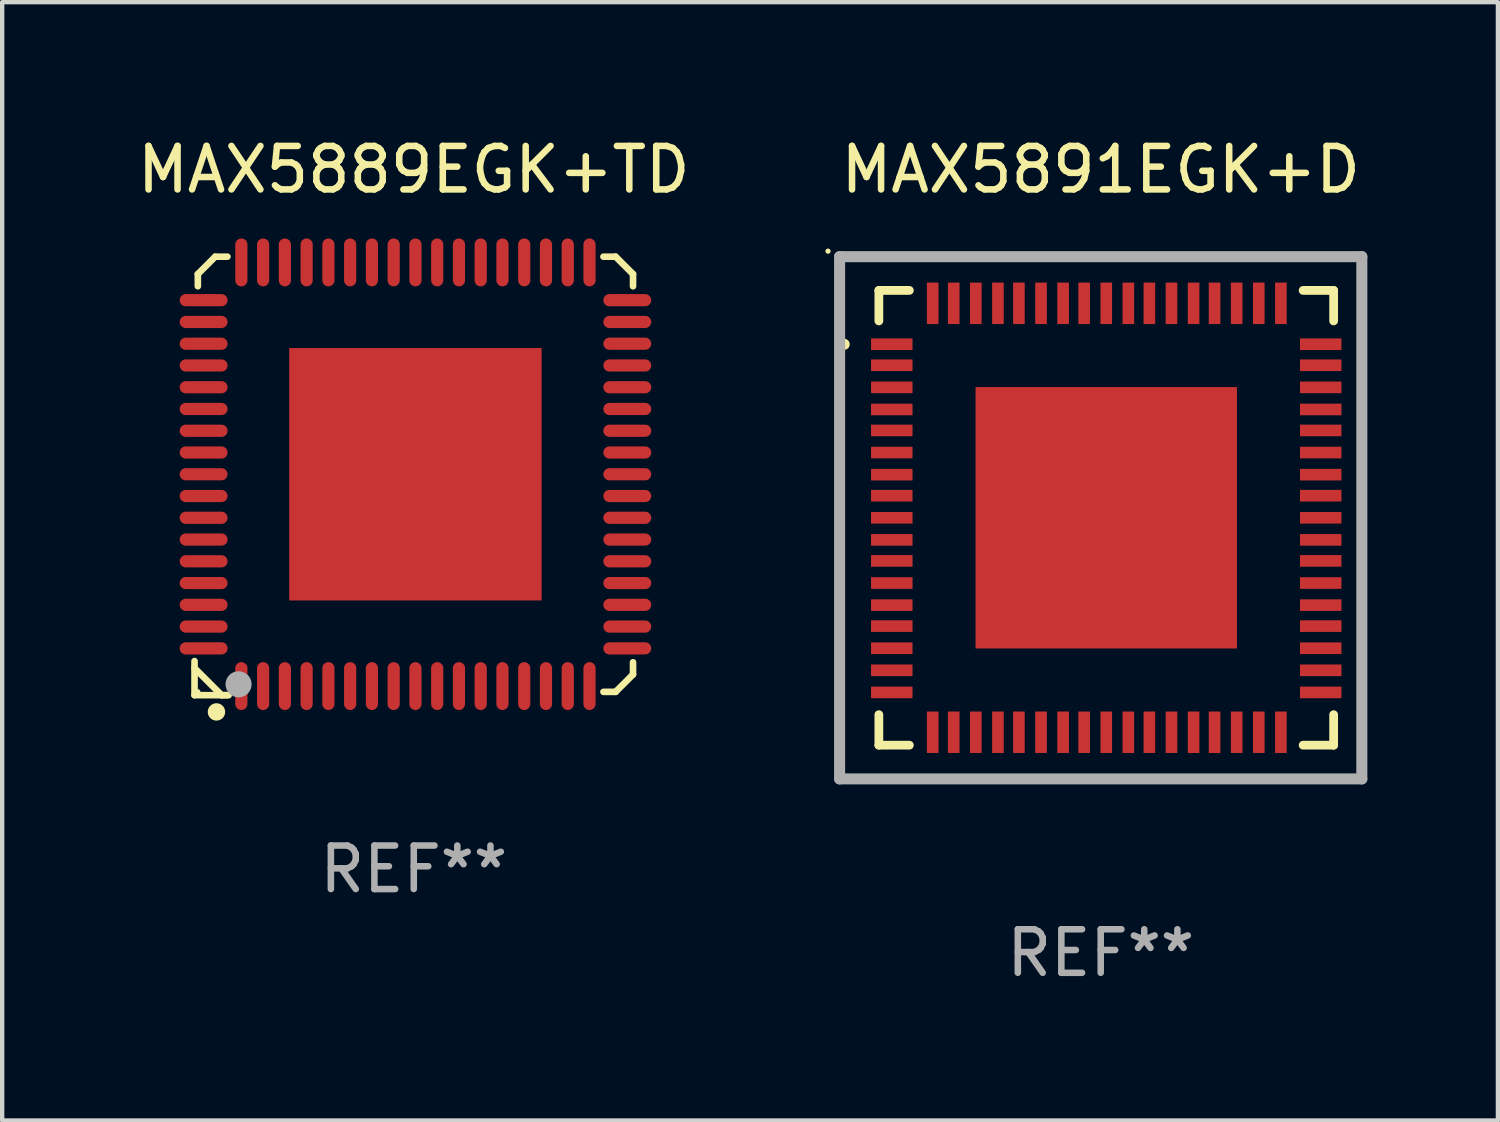
<source format=kicad_pcb>
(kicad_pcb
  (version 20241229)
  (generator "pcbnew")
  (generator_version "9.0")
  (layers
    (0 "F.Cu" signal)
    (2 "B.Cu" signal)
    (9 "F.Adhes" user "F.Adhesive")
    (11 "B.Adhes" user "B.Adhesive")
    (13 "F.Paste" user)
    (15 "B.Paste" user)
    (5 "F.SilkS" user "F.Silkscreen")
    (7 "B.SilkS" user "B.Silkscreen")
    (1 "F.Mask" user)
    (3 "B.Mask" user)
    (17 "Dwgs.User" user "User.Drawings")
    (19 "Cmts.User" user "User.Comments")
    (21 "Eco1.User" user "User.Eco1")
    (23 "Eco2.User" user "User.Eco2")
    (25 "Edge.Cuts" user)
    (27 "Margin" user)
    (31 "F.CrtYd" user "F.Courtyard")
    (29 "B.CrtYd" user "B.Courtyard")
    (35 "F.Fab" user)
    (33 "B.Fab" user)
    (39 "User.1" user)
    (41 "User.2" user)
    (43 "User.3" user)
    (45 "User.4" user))
  (footprint "MAX5891EGK+D"
    (layer "F.Cu")
    (at 22.243 8.848)
    (property "Reference" "MAX5891EGK+D" (at 0 -8 0) (layer "F.SilkS") (effects (font (size 1 1) (thickness 0.15))))
    (attr through_hole)
    (fp_line (start -5.098 -5.225) (end -4.397 -5.225) (stroke (width 0.201) (type solid)) (layer "F.SilkS"))
    (fp_line (start -5.098 -4.524) (end -5.098 -5.225) (stroke (width 0.201) (type solid)) (layer "F.SilkS"))
    (fp_line (start -5.098 5.225) (end -5.098 4.524) (stroke (width 0.201) (type solid)) (layer "F.SilkS"))
    (fp_line (start -4.397 5.225) (end -5.098 5.225) (stroke (width 0.201) (type solid)) (layer "F.SilkS"))
    (fp_line (start 4.651 -5.225) (end 5.352 -5.225) (stroke (width 0.201) (type solid)) (layer "F.SilkS"))
    (fp_line (start 4.651 5.225) (end 5.352 5.225) (stroke (width 0.201) (type solid)) (layer "F.SilkS"))
    (fp_line (start 5.352 -5.225) (end 5.352 -4.524) (stroke (width 0.201) (type solid)) (layer "F.SilkS"))
    (fp_line (start 5.352 5.225) (end 5.352 4.524) (stroke (width 0.201) (type solid)) (layer "F.SilkS"))
    (fp_arc (start -5.892812 -3.985268) (mid -5.892818 -3.986538) (end -5.892812 -3.987808) (stroke (width 0.24892) (type solid)) (layer "F.SilkS"))
    (fp_circle (center -6.266 -6.127) (end -6.236 -6.127) (stroke (width 0.06) (type solid)) (fill no) (layer "F.SilkS"))
    (fp_line (start -6 -6) (end 6 -6) (stroke (width 0.254) (type solid)) (layer "F.Fab"))
    (fp_line (start -6 6) (end -6 -6) (stroke (width 0.254) (type solid)) (layer "F.Fab"))
    (fp_line (start 6 -6) (end 6 6) (stroke (width 0.254) (type solid)) (layer "F.Fab"))
    (fp_line (start 6 6) (end -6 6) (stroke (width 0.254) (type solid)) (layer "F.Fab"))
    (fp_text user "REF**" (at 0 10 0) (layer "F.Fab") (effects (font (size 1 1) (thickness 0.15))))
    (pad "1" smd rect (at -4.801 -3.988 90) (size 0.267 0.953) (layers "F.Cu" "F.Mask" "F.Paste"))
    (pad "2" smd rect (at -4.801 -3.505 90) (size 0.267 0.953) (layers "F.Cu" "F.Mask" "F.Paste"))
    (pad "3" smd rect (at -4.801 -2.997 90) (size 0.267 0.953) (layers "F.Cu" "F.Mask" "F.Paste"))
    (pad "4" smd rect (at -4.801 -2.489 90) (size 0.267 0.953) (layers "F.Cu" "F.Mask" "F.Paste"))
    (pad "5" smd rect (at -4.801 -2.007 90) (size 0.267 0.953) (layers "F.Cu" "F.Mask" "F.Paste"))
    (pad "6" smd rect (at -4.801 -1.499 90) (size 0.267 0.953) (layers "F.Cu" "F.Mask" "F.Paste"))
    (pad "7" smd rect (at -4.801 -0.991 90) (size 0.267 0.953) (layers "F.Cu" "F.Mask" "F.Paste"))
    (pad "8" smd rect (at -4.801 -0.508 90) (size 0.267 0.953) (layers "F.Cu" "F.Mask" "F.Paste"))
    (pad "9" smd rect (at -4.801 0 90) (size 0.267 0.953) (layers "F.Cu" "F.Mask" "F.Paste"))
    (pad "10" smd rect (at -4.801 0.508 90) (size 0.267 0.953) (layers "F.Cu" "F.Mask" "F.Paste"))
    (pad "11" smd rect (at -4.801 0.991 90) (size 0.267 0.953) (layers "F.Cu" "F.Mask" "F.Paste"))
    (pad "12" smd rect (at -4.801 1.499 90) (size 0.267 0.953) (layers "F.Cu" "F.Mask" "F.Paste"))
    (pad "13" smd rect (at -4.801 2.007 90) (size 0.267 0.953) (layers "F.Cu" "F.Mask" "F.Paste"))
    (pad "14" smd rect (at -4.801 2.489 90) (size 0.267 0.953) (layers "F.Cu" "F.Mask" "F.Paste"))
    (pad "15" smd rect (at -4.801 2.997 90) (size 0.267 0.953) (layers "F.Cu" "F.Mask" "F.Paste"))
    (pad "16" smd rect (at -4.801 3.505 90) (size 0.267 0.953) (layers "F.Cu" "F.Mask" "F.Paste"))
    (pad "17" smd rect (at -4.801 4.013 90) (size 0.267 0.953) (layers "F.Cu" "F.Mask" "F.Paste"))
    (pad "18" smd rect (at -3.861 4.928) (size 0.267 0.953) (layers "F.Cu" "F.Mask" "F.Paste"))
    (pad "19" smd rect (at -3.378 4.928) (size 0.267 0.953) (layers "F.Cu" "F.Mask" "F.Paste"))
    (pad "20" smd rect (at -2.87 4.928) (size 0.267 0.953) (layers "F.Cu" "F.Mask" "F.Paste"))
    (pad "21" smd rect (at -2.362 4.928) (size 0.267 0.953) (layers "F.Cu" "F.Mask" "F.Paste"))
    (pad "22" smd rect (at -1.88 4.928) (size 0.267 0.953) (layers "F.Cu" "F.Mask" "F.Paste"))
    (pad "23" smd rect (at -1.372 4.928) (size 0.267 0.953) (layers "F.Cu" "F.Mask" "F.Paste"))
    (pad "24" smd rect (at -0.864 4.928) (size 0.267 0.953) (layers "F.Cu" "F.Mask" "F.Paste"))
    (pad "25" smd rect (at -0.381 4.928) (size 0.267 0.953) (layers "F.Cu" "F.Mask" "F.Paste"))
    (pad "26" smd rect (at 0.127 4.928) (size 0.267 0.953) (layers "F.Cu" "F.Mask" "F.Paste"))
    (pad "27" smd rect (at 0.635 4.928) (size 0.267 0.953) (layers "F.Cu" "F.Mask" "F.Paste"))
    (pad "28" smd rect (at 1.118 4.928) (size 0.267 0.953) (layers "F.Cu" "F.Mask" "F.Paste"))
    (pad "29" smd rect (at 1.626 4.928) (size 0.267 0.953) (layers "F.Cu" "F.Mask" "F.Paste"))
    (pad "30" smd rect (at 2.134 4.928) (size 0.267 0.953) (layers "F.Cu" "F.Mask" "F.Paste"))
    (pad "31" smd rect (at 2.616 4.928) (size 0.267 0.953) (layers "F.Cu" "F.Mask" "F.Paste"))
    (pad "32" smd rect (at 3.124 4.928) (size 0.267 0.953) (layers "F.Cu" "F.Mask" "F.Paste"))
    (pad "33" smd rect (at 3.632 4.928) (size 0.267 0.953) (layers "F.Cu" "F.Mask" "F.Paste"))
    (pad "34" smd rect (at 4.14 4.928) (size 0.267 0.953) (layers "F.Cu" "F.Mask" "F.Paste"))
    (pad "35" smd rect (at 5.055 4.013 90) (size 0.267 0.953) (layers "F.Cu" "F.Mask" "F.Paste"))
    (pad "36" smd rect (at 5.055 3.505 90) (size 0.267 0.953) (layers "F.Cu" "F.Mask" "F.Paste"))
    (pad "37" smd rect (at 5.055 2.997 90) (size 0.267 0.953) (layers "F.Cu" "F.Mask" "F.Paste"))
    (pad "38" smd rect (at 5.055 2.489 90) (size 0.267 0.953) (layers "F.Cu" "F.Mask" "F.Paste"))
    (pad "39" smd rect (at 5.055 2.007 90) (size 0.267 0.953) (layers "F.Cu" "F.Mask" "F.Paste"))
    (pad "40" smd rect (at 5.055 1.499 90) (size 0.267 0.953) (layers "F.Cu" "F.Mask" "F.Paste"))
    (pad "41" smd rect (at 5.055 0.991 90) (size 0.267 0.953) (layers "F.Cu" "F.Mask" "F.Paste"))
    (pad "42" smd rect (at 5.055 0.508 90) (size 0.267 0.953) (layers "F.Cu" "F.Mask" "F.Paste"))
    (pad "43" smd rect (at 5.055 0 90) (size 0.267 0.953) (layers "F.Cu" "F.Mask" "F.Paste"))
    (pad "44" smd rect (at 5.055 -0.508 90) (size 0.267 0.953) (layers "F.Cu" "F.Mask" "F.Paste"))
    (pad "45" smd rect (at 5.055 -0.991 90) (size 0.267 0.953) (layers "F.Cu" "F.Mask" "F.Paste"))
    (pad "46" smd rect (at 5.055 -1.499 90) (size 0.267 0.953) (layers "F.Cu" "F.Mask" "F.Paste"))
    (pad "47" smd rect (at 5.055 -2.007 90) (size 0.267 0.953) (layers "F.Cu" "F.Mask" "F.Paste"))
    (pad "48" smd rect (at 5.055 -2.489 90) (size 0.267 0.953) (layers "F.Cu" "F.Mask" "F.Paste"))
    (pad "49" smd rect (at 5.055 -2.997 90) (size 0.267 0.953) (layers "F.Cu" "F.Mask" "F.Paste"))
    (pad "50" smd rect (at 5.055 -3.505 90) (size 0.267 0.953) (layers "F.Cu" "F.Mask" "F.Paste"))
    (pad "51" smd rect (at 5.055 -3.988 90) (size 0.267 0.953) (layers "F.Cu" "F.Mask" "F.Paste"))
    (pad "52" smd rect (at 4.14 -4.928) (size 0.267 0.953) (layers "F.Cu" "F.Mask" "F.Paste"))
    (pad "53" smd rect (at 3.632 -4.928) (size 0.267 0.953) (layers "F.Cu" "F.Mask" "F.Paste"))
    (pad "54" smd rect (at 3.124 -4.928) (size 0.267 0.953) (layers "F.Cu" "F.Mask" "F.Paste"))
    (pad "55" smd rect (at 2.616 -4.928) (size 0.267 0.953) (layers "F.Cu" "F.Mask" "F.Paste"))
    (pad "56" smd rect (at 2.134 -4.928) (size 0.267 0.953) (layers "F.Cu" "F.Mask" "F.Paste"))
    (pad "57" smd rect (at 1.626 -4.928) (size 0.267 0.953) (layers "F.Cu" "F.Mask" "F.Paste"))
    (pad "58" smd rect (at 1.118 -4.928) (size 0.267 0.953) (layers "F.Cu" "F.Mask" "F.Paste"))
    (pad "59" smd rect (at 0.635 -4.928) (size 0.267 0.953) (layers "F.Cu" "F.Mask" "F.Paste"))
    (pad "60" smd rect (at 0.127 -4.928) (size 0.267 0.953) (layers "F.Cu" "F.Mask" "F.Paste"))
    (pad "61" smd rect (at -0.381 -4.928) (size 0.267 0.953) (layers "F.Cu" "F.Mask" "F.Paste"))
    (pad "62" smd rect (at -0.864 -4.928) (size 0.267 0.953) (layers "F.Cu" "F.Mask" "F.Paste"))
    (pad "63" smd rect (at -1.372 -4.928) (size 0.267 0.953) (layers "F.Cu" "F.Mask" "F.Paste"))
    (pad "64" smd rect (at -1.88 -4.928) (size 0.267 0.953) (layers "F.Cu" "F.Mask" "F.Paste"))
    (pad "65" smd rect (at -2.362 -4.928) (size 0.267 0.953) (layers "F.Cu" "F.Mask" "F.Paste"))
    (pad "66" smd rect (at -2.87 -4.928) (size 0.267 0.953) (layers "F.Cu" "F.Mask" "F.Paste"))
    (pad "67" smd rect (at -3.378 -4.928) (size 0.267 0.953) (layers "F.Cu" "F.Mask" "F.Paste"))
    (pad "68" smd rect (at -3.861 -4.928) (size 0.267 0.953) (layers "F.Cu" "F.Mask" "F.Paste"))
    (pad "69" smd rect (at 0.127 0) (size 6.007 6.007) (layers "F.Cu" "F.Mask" "F.Paste")))
  (footprint "MAX5889EGK+TD"
    (layer "F.Cu")
    (at 6.458 7.886)
    (property "Reference" "MAX5889EGK+TD" (at 0 -7.038 0) (layer "F.SilkS") (effects (font (size 1 1) (thickness 0.15))))
    (attr through_hole)
    (fp_line (start -5.038 5.038) (end -5.038 4.254) (stroke (width 0.152) (type solid)) (layer "F.SilkS"))
    (fp_line (start -4.962 -4.638) (end -4.562 -5.038) (stroke (width 0.152) (type solid)) (layer "F.SilkS"))
    (fp_line (start -4.962 -4.358) (end -4.962 -4.638) (stroke (width 0.152) (type solid)) (layer "F.SilkS"))
    (fp_line (start -4.562 -5.038) (end -4.282 -5.038) (stroke (width 0.152) (type solid)) (layer "F.SilkS"))
    (fp_line (start -4.416 5.038) (end -5.038 4.416) (stroke (width 0.152) (type solid)) (layer "F.SilkS"))
    (fp_line (start -4.282 5.038) (end -4.416 5.038) (stroke (width 0.152) (type solid)) (layer "F.SilkS"))
    (fp_line (start -4.254 5.038) (end -5.038 5.038) (stroke (width 0.152) (type solid)) (layer "F.SilkS"))
    (fp_line (start 4.358 -5.038) (end 4.638 -5.038) (stroke (width 0.152) (type solid)) (layer "F.SilkS"))
    (fp_line (start 4.638 -5.038) (end 5.038 -4.638) (stroke (width 0.152) (type solid)) (layer "F.SilkS"))
    (fp_line (start 4.638 4.962) (end 4.358 4.962) (stroke (width 0.152) (type solid)) (layer "F.SilkS"))
    (fp_line (start 5.038 -4.638) (end 5.038 -4.358) (stroke (width 0.152) (type solid)) (layer "F.SilkS"))
    (fp_line (start 5.038 4.282) (end 5.038 4.562) (stroke (width 0.152) (type solid)) (layer "F.SilkS"))
    (fp_line (start 5.038 4.562) (end 4.638 4.962) (stroke (width 0.152) (type solid)) (layer "F.SilkS"))
    (fp_circle (center -4.962 4.962) (end -4.932 4.962) (stroke (width 0.06) (type solid)) (fill no) (layer "F.SilkS"))
    (fp_circle (center -4.534 5.423) (end -4.434 5.423) (stroke (width 0.2) (type solid)) (fill no) (layer "F.SilkS"))
    (fp_circle (center -4.026 4.788) (end -3.876 4.788) (stroke (width 0.3) (type solid)) (fill no) (layer "F.Fab"))
    (fp_text user "REF**" (at 0 9.038 0) (layer "F.Fab") (effects (font (size 1 1) (thickness 0.15))))
    (pad "1" smd oval (at -3.962 4.829) (size 0.28 1.1) (layers "F.Cu" "F.Mask" "F.Paste"))
    (pad "2" smd oval (at -3.462 4.829) (size 0.28 1.1) (layers "F.Cu" "F.Mask" "F.Paste"))
    (pad "3" smd oval (at -2.962 4.829) (size 0.28 1.1) (layers "F.Cu" "F.Mask" "F.Paste"))
    (pad "4" smd oval (at -2.462 4.829) (size 0.28 1.1) (layers "F.Cu" "F.Mask" "F.Paste"))
    (pad "5" smd oval (at -1.962 4.829) (size 0.28 1.1) (layers "F.Cu" "F.Mask" "F.Paste"))
    (pad "6" smd oval (at -1.462 4.829) (size 0.28 1.1) (layers "F.Cu" "F.Mask" "F.Paste"))
    (pad "7" smd oval (at -0.962 4.829) (size 0.28 1.1) (layers "F.Cu" "F.Mask" "F.Paste"))
    (pad "8" smd oval (at -0.462 4.829) (size 0.28 1.1) (layers "F.Cu" "F.Mask" "F.Paste"))
    (pad "9" smd oval (at 0.038 4.829) (size 0.28 1.1) (layers "F.Cu" "F.Mask" "F.Paste"))
    (pad "10" smd oval (at 0.538 4.829) (size 0.28 1.1) (layers "F.Cu" "F.Mask" "F.Paste"))
    (pad "11" smd oval (at 1.038 4.829) (size 0.28 1.1) (layers "F.Cu" "F.Mask" "F.Paste"))
    (pad "12" smd oval (at 1.538 4.829) (size 0.28 1.1) (layers "F.Cu" "F.Mask" "F.Paste"))
    (pad "13" smd oval (at 2.038 4.829) (size 0.28 1.1) (layers "F.Cu" "F.Mask" "F.Paste"))
    (pad "14" smd oval (at 2.538 4.829) (size 0.28 1.1) (layers "F.Cu" "F.Mask" "F.Paste"))
    (pad "15" smd oval (at 3.038 4.829) (size 0.28 1.1) (layers "F.Cu" "F.Mask" "F.Paste"))
    (pad "16" smd oval (at 3.538 4.829) (size 0.28 1.1) (layers "F.Cu" "F.Mask" "F.Paste"))
    (pad "17" smd oval (at 4.038 4.829) (size 0.28 1.1) (layers "F.Cu" "F.Mask" "F.Paste"))
    (pad "18" smd oval (at 4.906 3.962) (size 1.1 0.28) (layers "F.Cu" "F.Mask" "F.Paste"))
    (pad "19" smd oval (at 4.906 3.462) (size 1.1 0.28) (layers "F.Cu" "F.Mask" "F.Paste"))
    (pad "20" smd oval (at 4.906 2.962) (size 1.1 0.28) (layers "F.Cu" "F.Mask" "F.Paste"))
    (pad "21" smd oval (at 4.906 2.462) (size 1.1 0.28) (layers "F.Cu" "F.Mask" "F.Paste"))
    (pad "22" smd oval (at 4.906 1.962) (size 1.1 0.28) (layers "F.Cu" "F.Mask" "F.Paste"))
    (pad "23" smd oval (at 4.906 1.462) (size 1.1 0.28) (layers "F.Cu" "F.Mask" "F.Paste"))
    (pad "24" smd oval (at 4.906 0.962) (size 1.1 0.28) (layers "F.Cu" "F.Mask" "F.Paste"))
    (pad "25" smd oval (at 4.906 0.462) (size 1.1 0.28) (layers "F.Cu" "F.Mask" "F.Paste"))
    (pad "26" smd oval (at 4.906 -0.038) (size 1.1 0.28) (layers "F.Cu" "F.Mask" "F.Paste"))
    (pad "27" smd oval (at 4.906 -0.538) (size 1.1 0.28) (layers "F.Cu" "F.Mask" "F.Paste"))
    (pad "28" smd oval (at 4.906 -1.038) (size 1.1 0.28) (layers "F.Cu" "F.Mask" "F.Paste"))
    (pad "29" smd oval (at 4.906 -1.538) (size 1.1 0.28) (layers "F.Cu" "F.Mask" "F.Paste"))
    (pad "30" smd oval (at 4.906 -2.038) (size 1.1 0.28) (layers "F.Cu" "F.Mask" "F.Paste"))
    (pad "31" smd oval (at 4.906 -2.538) (size 1.1 0.28) (layers "F.Cu" "F.Mask" "F.Paste"))
    (pad "32" smd oval (at 4.906 -3.038) (size 1.1 0.28) (layers "F.Cu" "F.Mask" "F.Paste"))
    (pad "33" smd oval (at 4.906 -3.538) (size 1.1 0.28) (layers "F.Cu" "F.Mask" "F.Paste"))
    (pad "34" smd oval (at 4.906 -4.038) (size 1.1 0.28) (layers "F.Cu" "F.Mask" "F.Paste"))
    (pad "35" smd oval (at 4.038 -4.906) (size 0.28 1.1) (layers "F.Cu" "F.Mask" "F.Paste"))
    (pad "36" smd oval (at 3.538 -4.906) (size 0.28 1.1) (layers "F.Cu" "F.Mask" "F.Paste"))
    (pad "37" smd oval (at 3.038 -4.906) (size 0.28 1.1) (layers "F.Cu" "F.Mask" "F.Paste"))
    (pad "38" smd oval (at 2.538 -4.906) (size 0.28 1.1) (layers "F.Cu" "F.Mask" "F.Paste"))
    (pad "39" smd oval (at 2.038 -4.906) (size 0.28 1.1) (layers "F.Cu" "F.Mask" "F.Paste"))
    (pad "40" smd oval (at 1.538 -4.906) (size 0.28 1.1) (layers "F.Cu" "F.Mask" "F.Paste"))
    (pad "41" smd oval (at 1.038 -4.906) (size 0.28 1.1) (layers "F.Cu" "F.Mask" "F.Paste"))
    (pad "42" smd oval (at 0.538 -4.906) (size 0.28 1.1) (layers "F.Cu" "F.Mask" "F.Paste"))
    (pad "43" smd oval (at 0.038 -4.906) (size 0.28 1.1) (layers "F.Cu" "F.Mask" "F.Paste"))
    (pad "44" smd oval (at -0.462 -4.906) (size 0.28 1.1) (layers "F.Cu" "F.Mask" "F.Paste"))
    (pad "45" smd oval (at -0.962 -4.906) (size 0.28 1.1) (layers "F.Cu" "F.Mask" "F.Paste"))
    (pad "46" smd oval (at -1.462 -4.906) (size 0.28 1.1) (layers "F.Cu" "F.Mask" "F.Paste"))
    (pad "47" smd oval (at -1.962 -4.906) (size 0.28 1.1) (layers "F.Cu" "F.Mask" "F.Paste"))
    (pad "48" smd oval (at -2.462 -4.906) (size 0.28 1.1) (layers "F.Cu" "F.Mask" "F.Paste"))
    (pad "49" smd oval (at -2.962 -4.906) (size 0.28 1.1) (layers "F.Cu" "F.Mask" "F.Paste"))
    (pad "50" smd oval (at -3.462 -4.906) (size 0.28 1.1) (layers "F.Cu" "F.Mask" "F.Paste"))
    (pad "51" smd oval (at -3.962 -4.906) (size 0.28 1.1) (layers "F.Cu" "F.Mask" "F.Paste"))
    (pad "52" smd oval (at -4.829 -4.038) (size 1.1 0.28) (layers "F.Cu" "F.Mask" "F.Paste"))
    (pad "53" smd oval (at -4.829 -3.538) (size 1.1 0.28) (layers "F.Cu" "F.Mask" "F.Paste"))
    (pad "54" smd oval (at -4.829 -3.038) (size 1.1 0.28) (layers "F.Cu" "F.Mask" "F.Paste"))
    (pad "55" smd oval (at -4.829 -2.538) (size 1.1 0.28) (layers "F.Cu" "F.Mask" "F.Paste"))
    (pad "56" smd oval (at -4.829 -2.038) (size 1.1 0.28) (layers "F.Cu" "F.Mask" "F.Paste"))
    (pad "57" smd oval (at -4.829 -1.538) (size 1.1 0.28) (layers "F.Cu" "F.Mask" "F.Paste"))
    (pad "58" smd oval (at -4.829 -1.038) (size 1.1 0.28) (layers "F.Cu" "F.Mask" "F.Paste"))
    (pad "59" smd oval (at -4.829 -0.538) (size 1.1 0.28) (layers "F.Cu" "F.Mask" "F.Paste"))
    (pad "60" smd oval (at -4.829 -0.038) (size 1.1 0.28) (layers "F.Cu" "F.Mask" "F.Paste"))
    (pad "61" smd oval (at -4.829 0.462) (size 1.1 0.28) (layers "F.Cu" "F.Mask" "F.Paste"))
    (pad "62" smd oval (at -4.829 0.962) (size 1.1 0.28) (layers "F.Cu" "F.Mask" "F.Paste"))
    (pad "63" smd oval (at -4.829 1.462) (size 1.1 0.28) (layers "F.Cu" "F.Mask" "F.Paste"))
    (pad "64" smd oval (at -4.829 1.962) (size 1.1 0.28) (layers "F.Cu" "F.Mask" "F.Paste"))
    (pad "65" smd oval (at -4.829 2.462) (size 1.1 0.28) (layers "F.Cu" "F.Mask" "F.Paste"))
    (pad "66" smd oval (at -4.829 2.962) (size 1.1 0.28) (layers "F.Cu" "F.Mask" "F.Paste"))
    (pad "67" smd oval (at -4.829 3.462) (size 1.1 0.28) (layers "F.Cu" "F.Mask" "F.Paste"))
    (pad "68" smd oval (at -4.829 3.962) (size 1.1 0.28) (layers "F.Cu" "F.Mask" "F.Paste"))
    (pad "69" smd rect (at 0.038 -0.038) (size 5.8 5.8) (layers "F.Cu" "F.Mask" "F.Paste")))
  (gr_rect
    (start -3 -3)
    (end 31.37 22.697)
    (stroke (width 0.1) (type default))
    (fill no)
    (layer "Edge.Cuts")))
</source>
